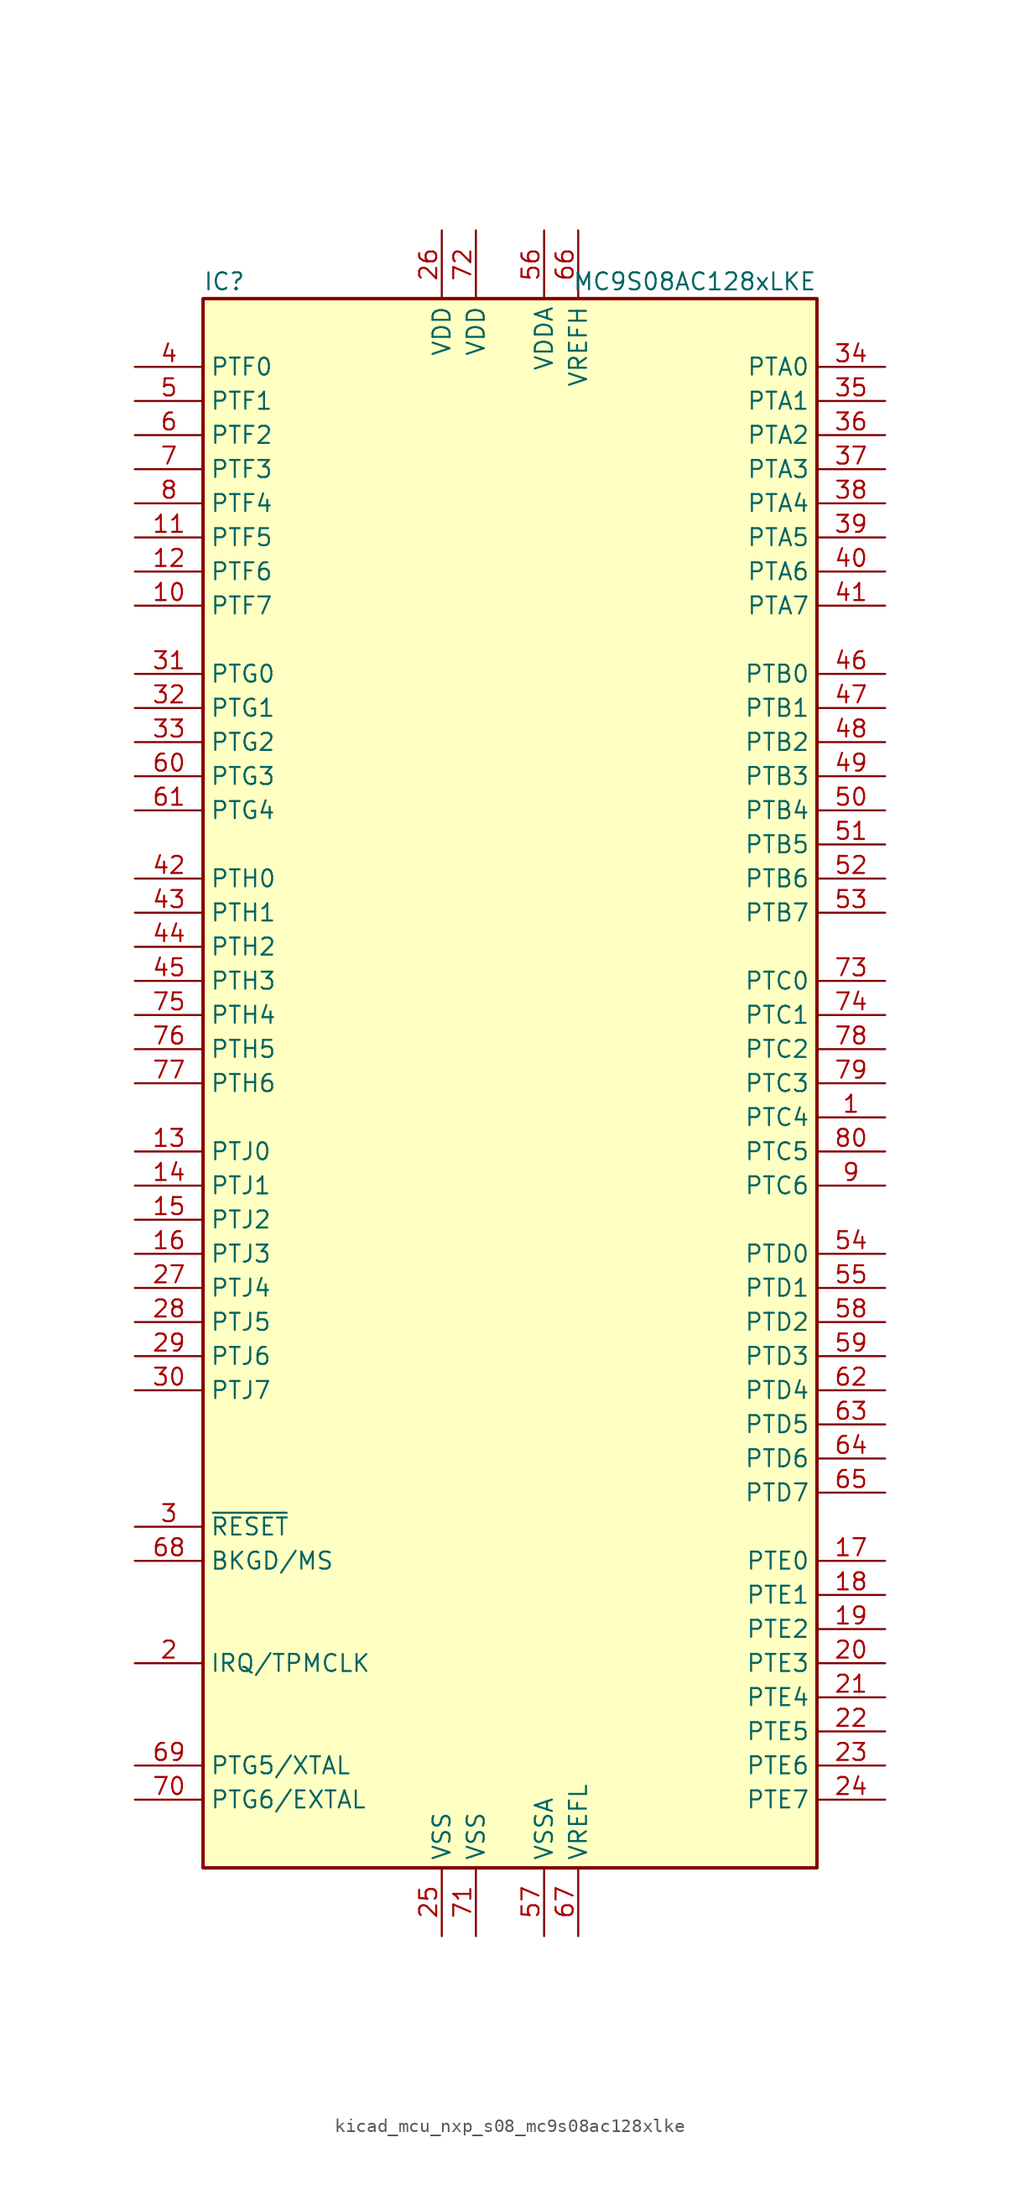
<source format=kicad_sym>
(kicad_symbol_lib
  (version 20220914)
  (generator kicad_symbol_editor)
  (symbol "kicad_mcu_nxp_s08_mc9s08ac128xlke"
    (property "Reference" "IC"
      (at -22.86 59.69 0)
      (effects (font (size 1.27 1.27)) (justify left)))
    (property "Value" "MC9S08AC128xLKE"
      (at 22.86 59.69 0)
      (effects (font (size 1.27 1.27)) (justify right)))
    (symbol "kicad_mcu_nxp_s08_mc9s08ac128xlke_0_1"
      (rectangle (start -22.86 58.42) (end 22.86 -58.42) (stroke (width 0.254) (type default)) (fill (type background))))
    (symbol "kicad_mcu_nxp_s08_mc9s08ac128xlke_1_1"
      (pin bidirectional line (at 27.94 -2.54 180) (length 5.08) (name "PTC4" (effects (font (size 1.27 1.27)))) (number "1" (effects (font (size 1.27 1.27)))))
      (pin bidirectional line (at -27.94 35.56 0) (length 5.08) (name "PTF7" (effects (font (size 1.27 1.27)))) (number "10" (effects (font (size 1.27 1.27)))))
      (pin bidirectional line (at -27.94 40.64 0) (length 5.08) (name "PTF5" (effects (font (size 1.27 1.27)))) (number "11" (effects (font (size 1.27 1.27)))))
      (pin bidirectional line (at -27.94 38.1 0) (length 5.08) (name "PTF6" (effects (font (size 1.27 1.27)))) (number "12" (effects (font (size 1.27 1.27)))))
      (pin bidirectional line (at -27.94 -5.08 0) (length 5.08) (name "PTJ0" (effects (font (size 1.27 1.27)))) (number "13" (effects (font (size 1.27 1.27)))))
      (pin bidirectional line (at -27.94 -7.62 0) (length 5.08) (name "PTJ1" (effects (font (size 1.27 1.27)))) (number "14" (effects (font (size 1.27 1.27)))))
      (pin bidirectional line (at -27.94 -10.16 0) (length 5.08) (name "PTJ2" (effects (font (size 1.27 1.27)))) (number "15" (effects (font (size 1.27 1.27)))))
      (pin bidirectional line (at -27.94 -12.7 0) (length 5.08) (name "PTJ3" (effects (font (size 1.27 1.27)))) (number "16" (effects (font (size 1.27 1.27)))))
      (pin bidirectional line (at 27.94 -35.56 180) (length 5.08) (name "PTE0" (effects (font (size 1.27 1.27)))) (number "17" (effects (font (size 1.27 1.27)))))
      (pin bidirectional line (at 27.94 -38.1 180) (length 5.08) (name "PTE1" (effects (font (size 1.27 1.27)))) (number "18" (effects (font (size 1.27 1.27)))))
      (pin bidirectional line (at 27.94 -40.64 180) (length 5.08) (name "PTE2" (effects (font (size 1.27 1.27)))) (number "19" (effects (font (size 1.27 1.27)))))
      (pin input line (at -27.94 -43.18 0) (length 5.08) (name "IRQ/TPMCLK" (effects (font (size 1.27 1.27)))) (number "2" (effects (font (size 1.27 1.27)))))
      (pin bidirectional line (at 27.94 -43.18 180) (length 5.08) (name "PTE3" (effects (font (size 1.27 1.27)))) (number "20" (effects (font (size 1.27 1.27)))))
      (pin bidirectional line (at 27.94 -45.72 180) (length 5.08) (name "PTE4" (effects (font (size 1.27 1.27)))) (number "21" (effects (font (size 1.27 1.27)))))
      (pin bidirectional line (at 27.94 -48.26 180) (length 5.08) (name "PTE5" (effects (font (size 1.27 1.27)))) (number "22" (effects (font (size 1.27 1.27)))))
      (pin bidirectional line (at 27.94 -50.8 180) (length 5.08) (name "PTE6" (effects (font (size 1.27 1.27)))) (number "23" (effects (font (size 1.27 1.27)))))
      (pin bidirectional line (at 27.94 -53.34 180) (length 5.08) (name "PTE7" (effects (font (size 1.27 1.27)))) (number "24" (effects (font (size 1.27 1.27)))))
      (pin power_in line (at -5.08 -63.5 90) (length 5.08) (name "VSS" (effects (font (size 1.27 1.27)))) (number "25" (effects (font (size 1.27 1.27)))))
      (pin power_in line (at -5.08 63.5 270) (length 5.08) (name "VDD" (effects (font (size 1.27 1.27)))) (number "26" (effects (font (size 1.27 1.27)))))
      (pin bidirectional line (at -27.94 -15.24 0) (length 5.08) (name "PTJ4" (effects (font (size 1.27 1.27)))) (number "27" (effects (font (size 1.27 1.27)))))
      (pin bidirectional line (at -27.94 -17.78 0) (length 5.08) (name "PTJ5" (effects (font (size 1.27 1.27)))) (number "28" (effects (font (size 1.27 1.27)))))
      (pin bidirectional line (at -27.94 -20.32 0) (length 5.08) (name "PTJ6" (effects (font (size 1.27 1.27)))) (number "29" (effects (font (size 1.27 1.27)))))
      (pin input line (at -27.94 -33.02 0) (length 5.08) (name "~{RESET}" (effects (font (size 1.27 1.27)))) (number "3" (effects (font (size 1.27 1.27)))))
      (pin bidirectional line (at -27.94 -22.86 0) (length 5.08) (name "PTJ7" (effects (font (size 1.27 1.27)))) (number "30" (effects (font (size 1.27 1.27)))))
      (pin bidirectional line (at -27.94 30.48 0) (length 5.08) (name "PTG0" (effects (font (size 1.27 1.27)))) (number "31" (effects (font (size 1.27 1.27)))))
      (pin bidirectional line (at -27.94 27.94 0) (length 5.08) (name "PTG1" (effects (font (size 1.27 1.27)))) (number "32" (effects (font (size 1.27 1.27)))))
      (pin bidirectional line (at -27.94 25.4 0) (length 5.08) (name "PTG2" (effects (font (size 1.27 1.27)))) (number "33" (effects (font (size 1.27 1.27)))))
      (pin bidirectional line (at 27.94 53.34 180) (length 5.08) (name "PTA0" (effects (font (size 1.27 1.27)))) (number "34" (effects (font (size 1.27 1.27)))))
      (pin bidirectional line (at 27.94 50.8 180) (length 5.08) (name "PTA1" (effects (font (size 1.27 1.27)))) (number "35" (effects (font (size 1.27 1.27)))))
      (pin bidirectional line (at 27.94 48.26 180) (length 5.08) (name "PTA2" (effects (font (size 1.27 1.27)))) (number "36" (effects (font (size 1.27 1.27)))))
      (pin bidirectional line (at 27.94 45.72 180) (length 5.08) (name "PTA3" (effects (font (size 1.27 1.27)))) (number "37" (effects (font (size 1.27 1.27)))))
      (pin bidirectional line (at 27.94 43.18 180) (length 5.08) (name "PTA4" (effects (font (size 1.27 1.27)))) (number "38" (effects (font (size 1.27 1.27)))))
      (pin bidirectional line (at 27.94 40.64 180) (length 5.08) (name "PTA5" (effects (font (size 1.27 1.27)))) (number "39" (effects (font (size 1.27 1.27)))))
      (pin bidirectional line (at -27.94 53.34 0) (length 5.08) (name "PTF0" (effects (font (size 1.27 1.27)))) (number "4" (effects (font (size 1.27 1.27)))))
      (pin bidirectional line (at 27.94 38.1 180) (length 5.08) (name "PTA6" (effects (font (size 1.27 1.27)))) (number "40" (effects (font (size 1.27 1.27)))))
      (pin bidirectional line (at 27.94 35.56 180) (length 5.08) (name "PTA7" (effects (font (size 1.27 1.27)))) (number "41" (effects (font (size 1.27 1.27)))))
      (pin bidirectional line (at -27.94 15.24 0) (length 5.08) (name "PTH0" (effects (font (size 1.27 1.27)))) (number "42" (effects (font (size 1.27 1.27)))))
      (pin bidirectional line (at -27.94 12.7 0) (length 5.08) (name "PTH1" (effects (font (size 1.27 1.27)))) (number "43" (effects (font (size 1.27 1.27)))))
      (pin bidirectional line (at -27.94 10.16 0) (length 5.08) (name "PTH2" (effects (font (size 1.27 1.27)))) (number "44" (effects (font (size 1.27 1.27)))))
      (pin bidirectional line (at -27.94 7.62 0) (length 5.08) (name "PTH3" (effects (font (size 1.27 1.27)))) (number "45" (effects (font (size 1.27 1.27)))))
      (pin bidirectional line (at 27.94 30.48 180) (length 5.08) (name "PTB0" (effects (font (size 1.27 1.27)))) (number "46" (effects (font (size 1.27 1.27)))))
      (pin bidirectional line (at 27.94 27.94 180) (length 5.08) (name "PTB1" (effects (font (size 1.27 1.27)))) (number "47" (effects (font (size 1.27 1.27)))))
      (pin bidirectional line (at 27.94 25.4 180) (length 5.08) (name "PTB2" (effects (font (size 1.27 1.27)))) (number "48" (effects (font (size 1.27 1.27)))))
      (pin bidirectional line (at 27.94 22.86 180) (length 5.08) (name "PTB3" (effects (font (size 1.27 1.27)))) (number "49" (effects (font (size 1.27 1.27)))))
      (pin bidirectional line (at -27.94 50.8 0) (length 5.08) (name "PTF1" (effects (font (size 1.27 1.27)))) (number "5" (effects (font (size 1.27 1.27)))))
      (pin bidirectional line (at 27.94 20.32 180) (length 5.08) (name "PTB4" (effects (font (size 1.27 1.27)))) (number "50" (effects (font (size 1.27 1.27)))))
      (pin bidirectional line (at 27.94 17.78 180) (length 5.08) (name "PTB5" (effects (font (size 1.27 1.27)))) (number "51" (effects (font (size 1.27 1.27)))))
      (pin bidirectional line (at 27.94 15.24 180) (length 5.08) (name "PTB6" (effects (font (size 1.27 1.27)))) (number "52" (effects (font (size 1.27 1.27)))))
      (pin bidirectional line (at 27.94 12.7 180) (length 5.08) (name "PTB7" (effects (font (size 1.27 1.27)))) (number "53" (effects (font (size 1.27 1.27)))))
      (pin bidirectional line (at 27.94 -12.7 180) (length 5.08) (name "PTD0" (effects (font (size 1.27 1.27)))) (number "54" (effects (font (size 1.27 1.27)))))
      (pin bidirectional line (at 27.94 -15.24 180) (length 5.08) (name "PTD1" (effects (font (size 1.27 1.27)))) (number "55" (effects (font (size 1.27 1.27)))))
      (pin power_in line (at 2.54 63.5 270) (length 5.08) (name "VDDA" (effects (font (size 1.27 1.27)))) (number "56" (effects (font (size 1.27 1.27)))))
      (pin power_in line (at 2.54 -63.5 90) (length 5.08) (name "VSSA" (effects (font (size 1.27 1.27)))) (number "57" (effects (font (size 1.27 1.27)))))
      (pin bidirectional line (at 27.94 -17.78 180) (length 5.08) (name "PTD2" (effects (font (size 1.27 1.27)))) (number "58" (effects (font (size 1.27 1.27)))))
      (pin bidirectional line (at 27.94 -20.32 180) (length 5.08) (name "PTD3" (effects (font (size 1.27 1.27)))) (number "59" (effects (font (size 1.27 1.27)))))
      (pin bidirectional line (at -27.94 48.26 0) (length 5.08) (name "PTF2" (effects (font (size 1.27 1.27)))) (number "6" (effects (font (size 1.27 1.27)))))
      (pin bidirectional line (at -27.94 22.86 0) (length 5.08) (name "PTG3" (effects (font (size 1.27 1.27)))) (number "60" (effects (font (size 1.27 1.27)))))
      (pin bidirectional line (at -27.94 20.32 0) (length 5.08) (name "PTG4" (effects (font (size 1.27 1.27)))) (number "61" (effects (font (size 1.27 1.27)))))
      (pin bidirectional line (at 27.94 -22.86 180) (length 5.08) (name "PTD4" (effects (font (size 1.27 1.27)))) (number "62" (effects (font (size 1.27 1.27)))))
      (pin bidirectional line (at 27.94 -25.4 180) (length 5.08) (name "PTD5" (effects (font (size 1.27 1.27)))) (number "63" (effects (font (size 1.27 1.27)))))
      (pin bidirectional line (at 27.94 -27.94 180) (length 5.08) (name "PTD6" (effects (font (size 1.27 1.27)))) (number "64" (effects (font (size 1.27 1.27)))))
      (pin bidirectional line (at 27.94 -30.48 180) (length 5.08) (name "PTD7" (effects (font (size 1.27 1.27)))) (number "65" (effects (font (size 1.27 1.27)))))
      (pin power_in line (at 5.08 63.5 270) (length 5.08) (name "VREFH" (effects (font (size 1.27 1.27)))) (number "66" (effects (font (size 1.27 1.27)))))
      (pin power_in line (at 5.08 -63.5 90) (length 5.08) (name "VREFL" (effects (font (size 1.27 1.27)))) (number "67" (effects (font (size 1.27 1.27)))))
      (pin bidirectional line (at -27.94 -35.56 0) (length 5.08) (name "BKGD/MS" (effects (font (size 1.27 1.27)))) (number "68" (effects (font (size 1.27 1.27)))))
      (pin bidirectional line (at -27.94 -50.8 0) (length 5.08) (name "PTG5/XTAL" (effects (font (size 1.27 1.27)))) (number "69" (effects (font (size 1.27 1.27)))))
      (pin bidirectional line (at -27.94 45.72 0) (length 5.08) (name "PTF3" (effects (font (size 1.27 1.27)))) (number "7" (effects (font (size 1.27 1.27)))))
      (pin bidirectional line (at -27.94 -53.34 0) (length 5.08) (name "PTG6/EXTAL" (effects (font (size 1.27 1.27)))) (number "70" (effects (font (size 1.27 1.27)))))
      (pin power_in line (at -2.54 -63.5 90) (length 5.08) (name "VSS" (effects (font (size 1.27 1.27)))) (number "71" (effects (font (size 1.27 1.27)))))
      (pin power_in line (at -2.54 63.5 270) (length 5.08) (name "VDD" (effects (font (size 1.27 1.27)))) (number "72" (effects (font (size 1.27 1.27)))))
      (pin bidirectional line (at 27.94 7.62 180) (length 5.08) (name "PTC0" (effects (font (size 1.27 1.27)))) (number "73" (effects (font (size 1.27 1.27)))))
      (pin bidirectional line (at 27.94 5.08 180) (length 5.08) (name "PTC1" (effects (font (size 1.27 1.27)))) (number "74" (effects (font (size 1.27 1.27)))))
      (pin bidirectional line (at -27.94 5.08 0) (length 5.08) (name "PTH4" (effects (font (size 1.27 1.27)))) (number "75" (effects (font (size 1.27 1.27)))))
      (pin bidirectional line (at -27.94 2.54 0) (length 5.08) (name "PTH5" (effects (font (size 1.27 1.27)))) (number "76" (effects (font (size 1.27 1.27)))))
      (pin bidirectional line (at -27.94 0 0) (length 5.08) (name "PTH6" (effects (font (size 1.27 1.27)))) (number "77" (effects (font (size 1.27 1.27)))))
      (pin bidirectional line (at 27.94 2.54 180) (length 5.08) (name "PTC2" (effects (font (size 1.27 1.27)))) (number "78" (effects (font (size 1.27 1.27)))))
      (pin bidirectional line (at 27.94 0 180) (length 5.08) (name "PTC3" (effects (font (size 1.27 1.27)))) (number "79" (effects (font (size 1.27 1.27)))))
      (pin bidirectional line (at -27.94 43.18 0) (length 5.08) (name "PTF4" (effects (font (size 1.27 1.27)))) (number "8" (effects (font (size 1.27 1.27)))))
      (pin bidirectional line (at 27.94 -5.08 180) (length 5.08) (name "PTC5" (effects (font (size 1.27 1.27)))) (number "80" (effects (font (size 1.27 1.27)))))
      (pin bidirectional line (at 27.94 -7.62 180) (length 5.08) (name "PTC6" (effects (font (size 1.27 1.27)))) (number "9" (effects (font (size 1.27 1.27))))))))
</source>
